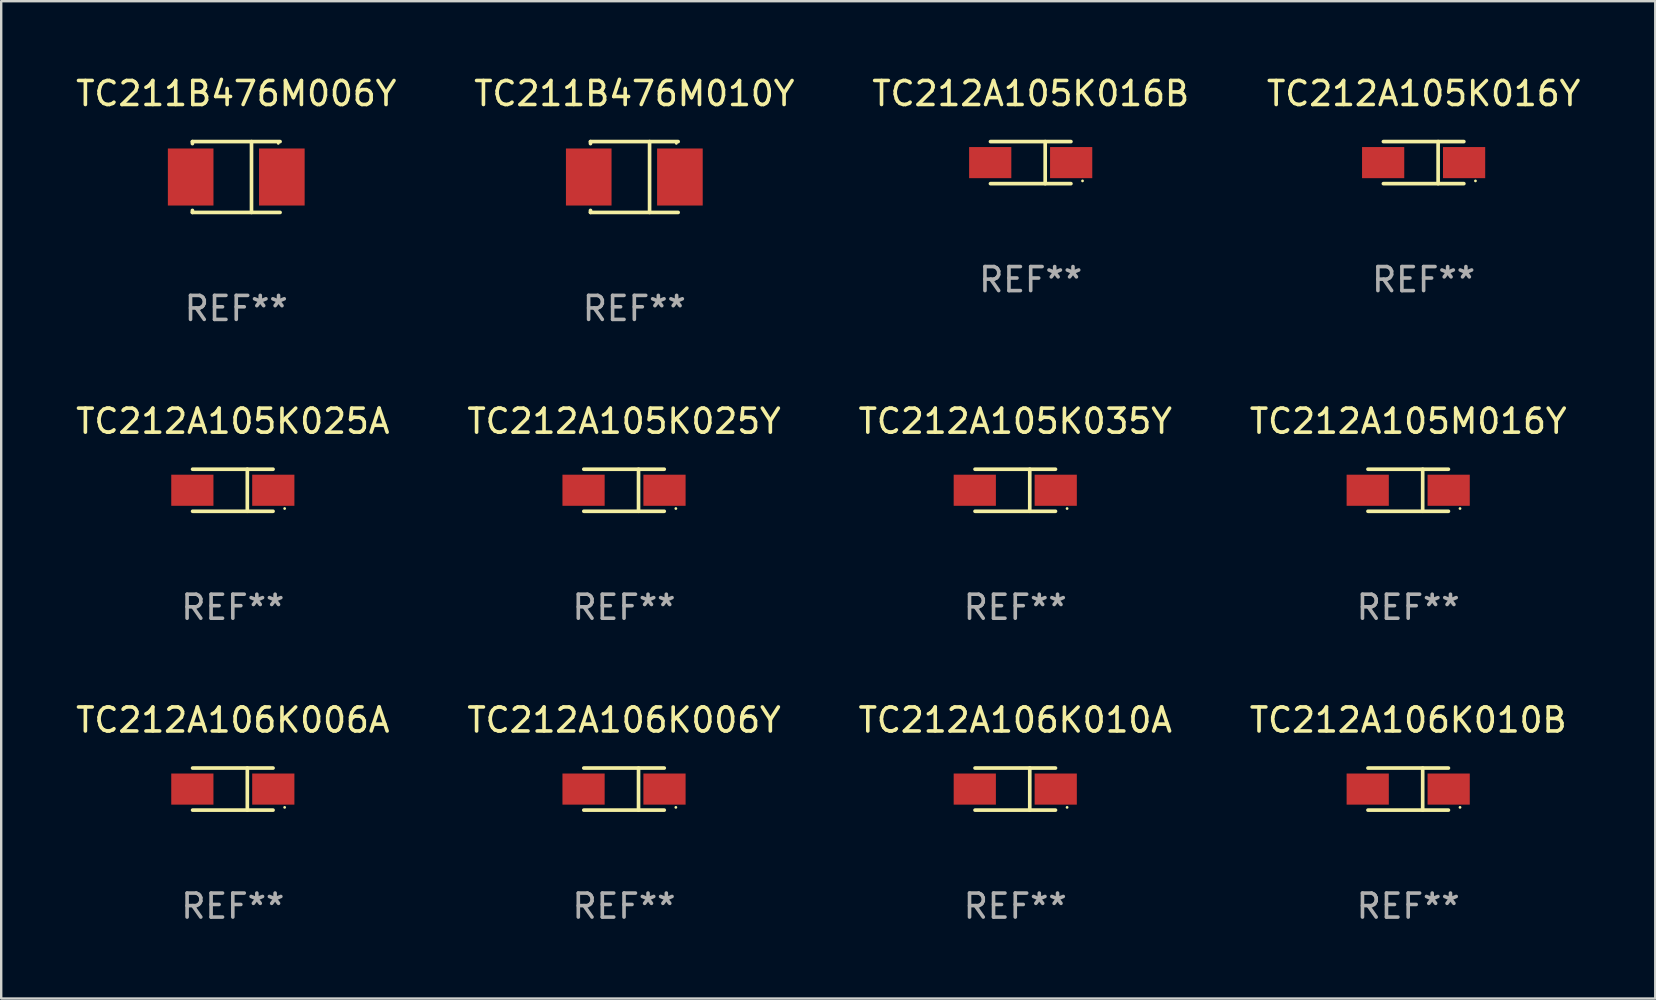
<source format=kicad_pcb>
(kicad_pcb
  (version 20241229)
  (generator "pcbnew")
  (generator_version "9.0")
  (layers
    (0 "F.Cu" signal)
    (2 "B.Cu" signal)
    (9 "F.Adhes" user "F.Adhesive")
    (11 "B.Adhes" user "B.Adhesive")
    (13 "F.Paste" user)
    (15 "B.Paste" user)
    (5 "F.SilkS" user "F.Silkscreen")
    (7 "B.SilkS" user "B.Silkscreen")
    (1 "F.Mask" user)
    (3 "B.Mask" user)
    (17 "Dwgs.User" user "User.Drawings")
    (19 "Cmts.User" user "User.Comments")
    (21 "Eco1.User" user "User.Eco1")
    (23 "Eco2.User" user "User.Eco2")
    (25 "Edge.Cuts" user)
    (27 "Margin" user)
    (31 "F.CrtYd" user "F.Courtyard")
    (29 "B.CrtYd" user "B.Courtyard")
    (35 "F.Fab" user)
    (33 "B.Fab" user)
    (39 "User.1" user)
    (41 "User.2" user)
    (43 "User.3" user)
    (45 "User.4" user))
  (footprint "TC211B476M010Y"
    (layer "F.Cu")
    (at 23.375 4.324)
    (property "Reference" "TC211B476M010Y" (at 0 -3.476 0) (layer "F.SilkS") (effects (font (size 1 1) (thickness 0.15))))
    (attr through_hole)
    (fp_line (start -1.826 -1.476) (end -1.826 -1.391) (stroke (width 0.152) (type solid)) (layer "F.SilkS"))
    (fp_line (start -1.826 -1.476) (end 1.826 -1.476) (stroke (width 0.152) (type solid)) (layer "F.SilkS"))
    (fp_line (start -1.826 1.476) (end -1.826 1.391) (stroke (width 0.152) (type solid)) (layer "F.SilkS"))
    (fp_line (start -1.826 1.476) (end 1.826 1.476) (stroke (width 0.152) (type solid)) (layer "F.SilkS"))
    (fp_line (start 0.635 -1.476) (end 0.635 1.476) (stroke (width 0.152) (type solid)) (layer "F.SilkS"))
    (fp_circle (center 1.75 -1.4) (end 1.78 -1.4) (stroke (width 0.06) (type solid)) (fill no) (layer "F.SilkS"))
    (fp_text user "REF**" (at 0 5.476 0) (layer "F.Fab") (effects (font (size 1 1) (thickness 0.15))))
    (pad "1" smd rect (at 1.899 0) (size 1.9 2.376) (layers "F.Cu" "F.Mask" "F.Paste"))
    (pad "2" smd rect (at -1.899 0) (size 1.9 2.376) (layers "F.Cu" "F.Mask" "F.Paste")))
  (footprint "TC211B476M006Y"
    (layer "F.Cu")
    (at 6.792 4.324)
    (property "Reference" "TC211B476M006Y" (at 0 -3.476 0) (layer "F.SilkS") (effects (font (size 1 1) (thickness 0.15))))
    (attr through_hole)
    (fp_line (start -1.826 -1.476) (end -1.826 -1.391) (stroke (width 0.152) (type solid)) (layer "F.SilkS"))
    (fp_line (start -1.826 -1.476) (end 1.826 -1.476) (stroke (width 0.152) (type solid)) (layer "F.SilkS"))
    (fp_line (start -1.826 1.476) (end -1.826 1.391) (stroke (width 0.152) (type solid)) (layer "F.SilkS"))
    (fp_line (start -1.826 1.476) (end 1.826 1.476) (stroke (width 0.152) (type solid)) (layer "F.SilkS"))
    (fp_line (start 0.635 -1.476) (end 0.635 1.476) (stroke (width 0.152) (type solid)) (layer "F.SilkS"))
    (fp_circle (center 1.75 -1.4) (end 1.78 -1.4) (stroke (width 0.06) (type solid)) (fill no) (layer "F.SilkS"))
    (fp_text user "REF**" (at 0 5.476 0) (layer "F.Fab") (effects (font (size 1 1) (thickness 0.15))))
    (pad "1" smd rect (at 1.899 0) (size 1.9 2.376) (layers "F.Cu" "F.Mask" "F.Paste"))
    (pad "2" smd rect (at -1.899 0) (size 1.9 2.376) (layers "F.Cu" "F.Mask" "F.Paste")))
  (footprint "TC212A106K010A"
    (layer "F.Cu")
    (at 39.244 29.822)
    (property "Reference" "TC212A106K010A" (at 0 -2.876 0) (layer "F.SilkS") (effects (font (size 1 1) (thickness 0.15))))
    (attr through_hole)
    (fp_line (start -1.676 -0.876) (end 1.676 -0.876) (stroke (width 0.152) (type solid)) (layer "F.SilkS"))
    (fp_line (start -1.676 0.876) (end 1.676 0.876) (stroke (width 0.152) (type solid)) (layer "F.SilkS"))
    (fp_line (start 0.604 -0.876) (end 0.604 0.876) (stroke (width 0.152) (type solid)) (layer "F.SilkS"))
    (fp_circle (center 2.159 0.762) (end 2.189 0.762) (stroke (width 0.06) (type solid)) (fill no) (layer "F.SilkS"))
    (fp_text user "REF**" (at 0 4.876 0) (layer "F.Fab") (effects (font (size 1 1) (thickness 0.15))))
    (pad "1" smd rect (at 1.686 0) (size 1.758 1.296) (layers "F.Cu" "F.Mask" "F.Paste"))
    (pad "2" smd rect (at -1.686 0) (size 1.758 1.296) (layers "F.Cu" "F.Mask" "F.Paste")))
  (footprint "TC212A105K035Y"
    (layer "F.Cu")
    (at 39.244 17.373)
    (property "Reference" "TC212A105K035Y" (at 0 -2.876 0) (layer "F.SilkS") (effects (font (size 1 1) (thickness 0.15))))
    (attr through_hole)
    (fp_line (start -1.676 -0.876) (end 1.676 -0.876) (stroke (width 0.152) (type solid)) (layer "F.SilkS"))
    (fp_line (start -1.676 0.876) (end 1.676 0.876) (stroke (width 0.152) (type solid)) (layer "F.SilkS"))
    (fp_line (start 0.604 -0.876) (end 0.604 0.876) (stroke (width 0.152) (type solid)) (layer "F.SilkS"))
    (fp_circle (center 2.159 0.762) (end 2.189 0.762) (stroke (width 0.06) (type solid)) (fill no) (layer "F.SilkS"))
    (fp_text user "REF**" (at 0 4.876 0) (layer "F.Fab") (effects (font (size 1 1) (thickness 0.15))))
    (pad "1" smd rect (at 1.686 0) (size 1.758 1.296) (layers "F.Cu" "F.Mask" "F.Paste"))
    (pad "2" smd rect (at -1.686 0) (size 1.758 1.296) (layers "F.Cu" "F.Mask" "F.Paste")))
  (footprint "TC212A105K016Y"
    (layer "F.Cu")
    (at 56.256 3.724)
    (property "Reference" "TC212A105K016Y" (at 0 -2.876 0) (layer "F.SilkS") (effects (font (size 1 1) (thickness 0.15))))
    (attr through_hole)
    (fp_line (start -1.676 -0.876) (end 1.676 -0.876) (stroke (width 0.152) (type solid)) (layer "F.SilkS"))
    (fp_line (start -1.676 0.876) (end 1.676 0.876) (stroke (width 0.152) (type solid)) (layer "F.SilkS"))
    (fp_line (start 0.604 -0.876) (end 0.604 0.876) (stroke (width 0.152) (type solid)) (layer "F.SilkS"))
    (fp_circle (center 2.159 0.762) (end 2.189 0.762) (stroke (width 0.06) (type solid)) (fill no) (layer "F.SilkS"))
    (fp_text user "REF**" (at 0 4.876 0) (layer "F.Fab") (effects (font (size 1 1) (thickness 0.15))))
    (pad "1" smd rect (at 1.686 0) (size 1.758 1.296) (layers "F.Cu" "F.Mask" "F.Paste"))
    (pad "2" smd rect (at -1.686 0) (size 1.758 1.296) (layers "F.Cu" "F.Mask" "F.Paste")))
  (footprint "TC212A105M016Y"
    (layer "F.Cu")
    (at 55.613 17.373)
    (property "Reference" "TC212A105M016Y" (at 0 -2.876 0) (layer "F.SilkS") (effects (font (size 1 1) (thickness 0.15))))
    (attr through_hole)
    (fp_line (start -1.676 -0.876) (end 1.676 -0.876) (stroke (width 0.152) (type solid)) (layer "F.SilkS"))
    (fp_line (start -1.676 0.876) (end 1.676 0.876) (stroke (width 0.152) (type solid)) (layer "F.SilkS"))
    (fp_line (start 0.604 -0.876) (end 0.604 0.876) (stroke (width 0.152) (type solid)) (layer "F.SilkS"))
    (fp_circle (center 2.159 0.762) (end 2.189 0.762) (stroke (width 0.06) (type solid)) (fill no) (layer "F.SilkS"))
    (fp_text user "REF**" (at 0 4.876 0) (layer "F.Fab") (effects (font (size 1 1) (thickness 0.15))))
    (pad "1" smd rect (at 1.686 0) (size 1.758 1.296) (layers "F.Cu" "F.Mask" "F.Paste"))
    (pad "2" smd rect (at -1.686 0) (size 1.758 1.296) (layers "F.Cu" "F.Mask" "F.Paste")))
  (footprint "TC212A106K006Y"
    (layer "F.Cu")
    (at 22.946 29.822)
    (property "Reference" "TC212A106K006Y" (at 0 -2.876 0) (layer "F.SilkS") (effects (font (size 1 1) (thickness 0.15))))
    (attr through_hole)
    (fp_line (start -1.676 -0.876) (end 1.676 -0.876) (stroke (width 0.152) (type solid)) (layer "F.SilkS"))
    (fp_line (start -1.676 0.876) (end 1.676 0.876) (stroke (width 0.152) (type solid)) (layer "F.SilkS"))
    (fp_line (start 0.604 -0.876) (end 0.604 0.876) (stroke (width 0.152) (type solid)) (layer "F.SilkS"))
    (fp_circle (center 2.159 0.762) (end 2.189 0.762) (stroke (width 0.06) (type solid)) (fill no) (layer "F.SilkS"))
    (fp_text user "REF**" (at 0 4.876 0) (layer "F.Fab") (effects (font (size 1 1) (thickness 0.15))))
    (pad "1" smd rect (at 1.686 0) (size 1.758 1.296) (layers "F.Cu" "F.Mask" "F.Paste"))
    (pad "2" smd rect (at -1.686 0) (size 1.758 1.296) (layers "F.Cu" "F.Mask" "F.Paste")))
  (footprint "TC212A105K025Y"
    (layer "F.Cu")
    (at 22.946 17.373)
    (property "Reference" "TC212A105K025Y" (at 0 -2.876 0) (layer "F.SilkS") (effects (font (size 1 1) (thickness 0.15))))
    (attr through_hole)
    (fp_line (start -1.676 -0.876) (end 1.676 -0.876) (stroke (width 0.152) (type solid)) (layer "F.SilkS"))
    (fp_line (start -1.676 0.876) (end 1.676 0.876) (stroke (width 0.152) (type solid)) (layer "F.SilkS"))
    (fp_line (start 0.604 -0.876) (end 0.604 0.876) (stroke (width 0.152) (type solid)) (layer "F.SilkS"))
    (fp_circle (center 2.159 0.762) (end 2.189 0.762) (stroke (width 0.06) (type solid)) (fill no) (layer "F.SilkS"))
    (fp_text user "REF**" (at 0 4.876 0) (layer "F.Fab") (effects (font (size 1 1) (thickness 0.15))))
    (pad "1" smd rect (at 1.686 0) (size 1.758 1.296) (layers "F.Cu" "F.Mask" "F.Paste"))
    (pad "2" smd rect (at -1.686 0) (size 1.758 1.296) (layers "F.Cu" "F.Mask" "F.Paste")))
  (footprint "TC212A105K016B"
    (layer "F.Cu")
    (at 39.887 3.724)
    (property "Reference" "TC212A105K016B" (at 0 -2.876 0) (layer "F.SilkS") (effects (font (size 1 1) (thickness 0.15))))
    (attr through_hole)
    (fp_line (start -1.676 -0.876) (end 1.676 -0.876) (stroke (width 0.152) (type solid)) (layer "F.SilkS"))
    (fp_line (start -1.676 0.876) (end 1.676 0.876) (stroke (width 0.152) (type solid)) (layer "F.SilkS"))
    (fp_line (start 0.604 -0.876) (end 0.604 0.876) (stroke (width 0.152) (type solid)) (layer "F.SilkS"))
    (fp_circle (center 2.159 0.762) (end 2.189 0.762) (stroke (width 0.06) (type solid)) (fill no) (layer "F.SilkS"))
    (fp_text user "REF**" (at 0 4.876 0) (layer "F.Fab") (effects (font (size 1 1) (thickness 0.15))))
    (pad "1" smd rect (at 1.686 0) (size 1.758 1.296) (layers "F.Cu" "F.Mask" "F.Paste"))
    (pad "2" smd rect (at -1.686 0) (size 1.758 1.296) (layers "F.Cu" "F.Mask" "F.Paste")))
  (footprint "TC212A106K006A"
    (layer "F.Cu")
    (at 6.649 29.822)
    (property "Reference" "TC212A106K006A" (at 0 -2.876 0) (layer "F.SilkS") (effects (font (size 1 1) (thickness 0.15))))
    (attr through_hole)
    (fp_line (start -1.676 -0.876) (end 1.676 -0.876) (stroke (width 0.152) (type solid)) (layer "F.SilkS"))
    (fp_line (start -1.676 0.876) (end 1.676 0.876) (stroke (width 0.152) (type solid)) (layer "F.SilkS"))
    (fp_line (start 0.604 -0.876) (end 0.604 0.876) (stroke (width 0.152) (type solid)) (layer "F.SilkS"))
    (fp_circle (center 2.159 0.762) (end 2.189 0.762) (stroke (width 0.06) (type solid)) (fill no) (layer "F.SilkS"))
    (fp_text user "REF**" (at 0 4.876 0) (layer "F.Fab") (effects (font (size 1 1) (thickness 0.15))))
    (pad "1" smd rect (at 1.686 0) (size 1.758 1.296) (layers "F.Cu" "F.Mask" "F.Paste"))
    (pad "2" smd rect (at -1.686 0) (size 1.758 1.296) (layers "F.Cu" "F.Mask" "F.Paste")))
  (footprint "TC212A106K010B"
    (layer "F.Cu")
    (at 55.613 29.822)
    (property "Reference" "TC212A106K010B" (at 0 -2.876 0) (layer "F.SilkS") (effects (font (size 1 1) (thickness 0.15))))
    (attr through_hole)
    (fp_line (start -1.676 -0.876) (end 1.676 -0.876) (stroke (width 0.152) (type solid)) (layer "F.SilkS"))
    (fp_line (start -1.676 0.876) (end 1.676 0.876) (stroke (width 0.152) (type solid)) (layer "F.SilkS"))
    (fp_line (start 0.604 -0.876) (end 0.604 0.876) (stroke (width 0.152) (type solid)) (layer "F.SilkS"))
    (fp_circle (center 2.159 0.762) (end 2.189 0.762) (stroke (width 0.06) (type solid)) (fill no) (layer "F.SilkS"))
    (fp_text user "REF**" (at 0 4.876 0) (layer "F.Fab") (effects (font (size 1 1) (thickness 0.15))))
    (pad "1" smd rect (at 1.686 0) (size 1.758 1.296) (layers "F.Cu" "F.Mask" "F.Paste"))
    (pad "2" smd rect (at -1.686 0) (size 1.758 1.296) (layers "F.Cu" "F.Mask" "F.Paste")))
  (footprint "TC212A105K025A"
    (layer "F.Cu")
    (at 6.649 17.373)
    (property "Reference" "TC212A105K025A" (at 0 -2.876 0) (layer "F.SilkS") (effects (font (size 1 1) (thickness 0.15))))
    (attr through_hole)
    (fp_line (start -1.676 -0.876) (end 1.676 -0.876) (stroke (width 0.152) (type solid)) (layer "F.SilkS"))
    (fp_line (start -1.676 0.876) (end 1.676 0.876) (stroke (width 0.152) (type solid)) (layer "F.SilkS"))
    (fp_line (start 0.604 -0.876) (end 0.604 0.876) (stroke (width 0.152) (type solid)) (layer "F.SilkS"))
    (fp_circle (center 2.159 0.762) (end 2.189 0.762) (stroke (width 0.06) (type solid)) (fill no) (layer "F.SilkS"))
    (fp_text user "REF**" (at 0 4.876 0) (layer "F.Fab") (effects (font (size 1 1) (thickness 0.15))))
    (pad "1" smd rect (at 1.686 0) (size 1.758 1.296) (layers "F.Cu" "F.Mask" "F.Paste"))
    (pad "2" smd rect (at -1.686 0) (size 1.758 1.296) (layers "F.Cu" "F.Mask" "F.Paste")))
  (gr_rect
    (start -3 -3)
    (end 65.905 38.547)
    (stroke (width 0.1) (type default))
    (fill no)
    (layer "Edge.Cuts")))
</source>
